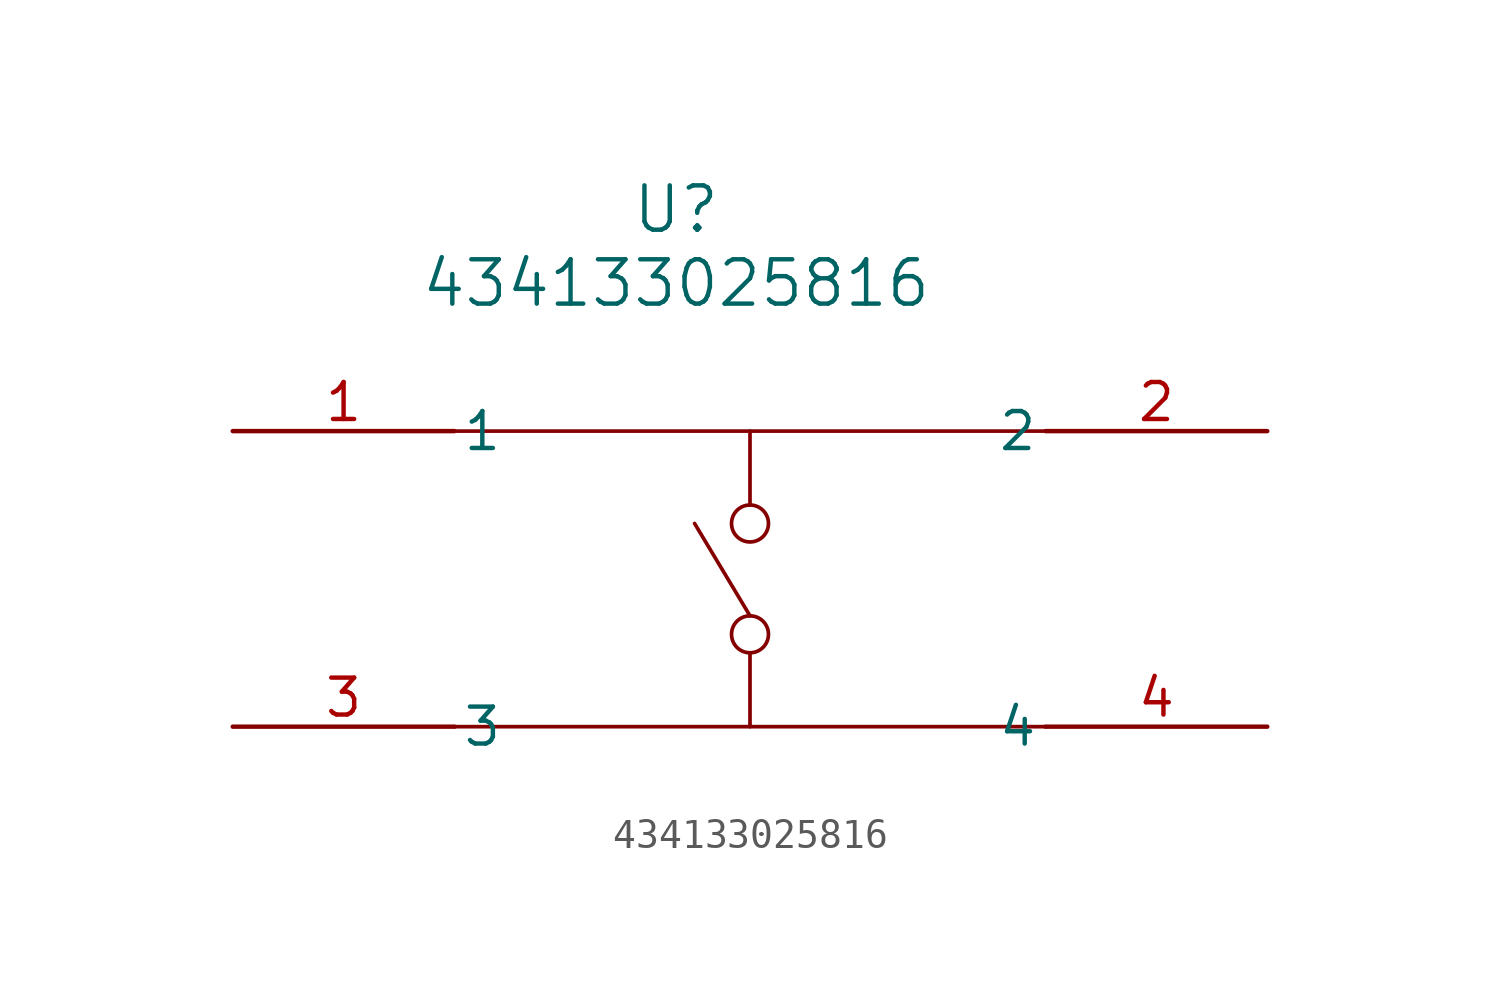
<source format=kicad_sym>
(kicad_symbol_lib
  (version 20211014)
  (generator kicad_symbol_editor)
  (symbol "434133025816"
    (pin_names
      (offset 0.254))
    (property "Reference" "U"
      (at 15.24 7.62 0)
      (effects (font (size 1.524 1.524))))
    (property "Value" "434133025816"
      (at 15.24 5.08 0)
      (effects (font (size 1.524 1.524))))
    (symbol "434133025816_0_1"
      (polyline (pts (xy 7.62 0) (xy 27.94 0)) (stroke (width 0.127) (type default) (color 0 0 0 0)) (fill (type none)))
      (polyline (pts (xy 7.62 -10.16) (xy 27.94 -10.16)) (stroke (width 0.127) (type default) (color 0 0 0 0)) (fill (type none)))
      (polyline (pts (xy 17.78 -10.16) (xy 17.78 -7.62)) (stroke (width 0.127) (type default) (color 0 0 0 0)) (fill (type none)))
      (polyline (pts (xy 17.78 0) (xy 17.78 -2.54)) (stroke (width 0.127) (type default) (color 0 0 0 0)) (fill (type none)))
      (circle (center 17.78 -6.985) (radius 0.635) (stroke (width 0.127) (type default) (color 0 0 0 0)) (fill (type none)))
      (circle (center 17.78 -3.175) (radius 0.635) (stroke (width 0.127) (type default) (color 0 0 0 0)) (fill (type none)))
      (polyline (pts (xy 17.78 -6.35) (xy 15.875 -3.175)) (stroke (width 0.127) (type default) (color 0 0 0 0)) (fill (type none)))
      (pin unspecified line (at 0 0 0) (length 7.62) (name "1" (effects (font (size 1.27 1.27)))) (number "1" (effects (font (size 1.27 1.27)))))
      (pin unspecified line (at 35.56 0 180) (length 7.62) (name "2" (effects (font (size 1.27 1.27)))) (number "2" (effects (font (size 1.27 1.27)))))
      (pin unspecified line (at 0 -10.16 0) (length 7.62) (name "3" (effects (font (size 1.27 1.27)))) (number "3" (effects (font (size 1.27 1.27)))))
      (pin unspecified line (at 35.56 -10.16 180) (length 7.62) (name "4" (effects (font (size 1.27 1.27)))) (number "4" (effects (font (size 1.27 1.27))))))))
</source>
